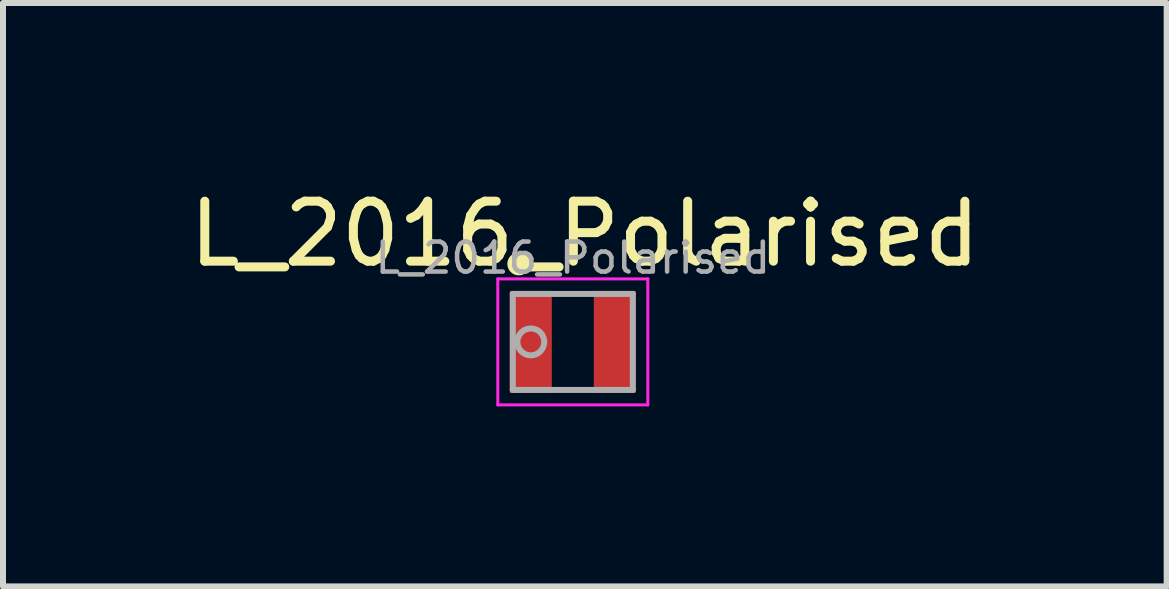
<source format=kicad_pcb>
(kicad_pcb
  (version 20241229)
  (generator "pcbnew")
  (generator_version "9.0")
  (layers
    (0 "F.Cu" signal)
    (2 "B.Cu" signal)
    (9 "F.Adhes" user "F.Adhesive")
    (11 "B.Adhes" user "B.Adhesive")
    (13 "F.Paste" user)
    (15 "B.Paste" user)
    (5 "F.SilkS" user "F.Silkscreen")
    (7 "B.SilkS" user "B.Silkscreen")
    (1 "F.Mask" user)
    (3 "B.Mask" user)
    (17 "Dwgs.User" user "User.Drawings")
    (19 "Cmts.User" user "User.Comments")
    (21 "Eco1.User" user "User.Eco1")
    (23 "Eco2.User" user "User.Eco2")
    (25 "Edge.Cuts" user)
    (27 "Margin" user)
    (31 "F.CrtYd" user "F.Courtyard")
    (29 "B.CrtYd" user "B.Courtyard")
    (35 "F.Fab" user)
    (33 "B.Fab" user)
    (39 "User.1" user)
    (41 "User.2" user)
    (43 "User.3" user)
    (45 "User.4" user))
  (footprint "L_2016_Polarised"
    (layer "F.Cu")
    (at 6.496 2.648)
    (property "Reference" "L_2016_Polarised" (at 0.2 -1.8 0) (layer "F.SilkS") (effects (font (size 1 1) (thickness 0.15))))
    (attr smd)
    (fp_circle (center -0.9 -1.3) (end -0.759 -1.3) (stroke (width 0.1) (type solid)) (fill yes) (layer "F.SilkS"))
    (fp_line (start -1.25 -1.05) (end -1.25 1.05) (stroke (width 0.05) (type solid)) (layer "F.CrtYd"))
    (fp_line (start -1.25 1.05) (end 1.25 1.05) (stroke (width 0.05) (type solid)) (layer "F.CrtYd"))
    (fp_line (start 1.25 -1.05) (end -1.25 -1.05) (stroke (width 0.05) (type solid)) (layer "F.CrtYd"))
    (fp_line (start 1.25 1.05) (end 1.25 -1.05) (stroke (width 0.05) (type solid)) (layer "F.CrtYd"))
    (fp_line (start -1 -0.8) (end -1 0.8) (stroke (width 0.1) (type solid)) (layer "F.Fab"))
    (fp_line (start -1 0.8) (end 1 0.8) (stroke (width 0.1) (type solid)) (layer "F.Fab"))
    (fp_line (start 1 -0.8) (end -1 -0.8) (stroke (width 0.1) (type solid)) (layer "F.Fab"))
    (fp_line (start 1 0.8) (end 1 -0.8) (stroke (width 0.1) (type solid)) (layer "F.Fab"))
    (fp_circle (center -0.7 0) (end -0.476 0) (stroke (width 0.1) (type solid)) (fill no) (layer "F.Fab"))
    (fp_text user "${REFERENCE}" (at 0 -1.4 0) (layer "F.Fab") (effects (font (size 0.5 0.5) (thickness 0.075))))
    (pad "1" smd rect (at -0.7 0) (size 0.7 1.7) (layers "F.Cu" "F.Mask" "F.Paste"))
    (pad "2" smd rect (at 0.7 0) (size 0.7 1.7) (layers "F.Cu" "F.Mask" "F.Paste")))
  (gr_rect
    (start -3 -3)
    (end 16.393 6.723)
    (stroke (width 0.1) (type default))
    (fill no)
    (layer "Edge.Cuts")))
</source>
